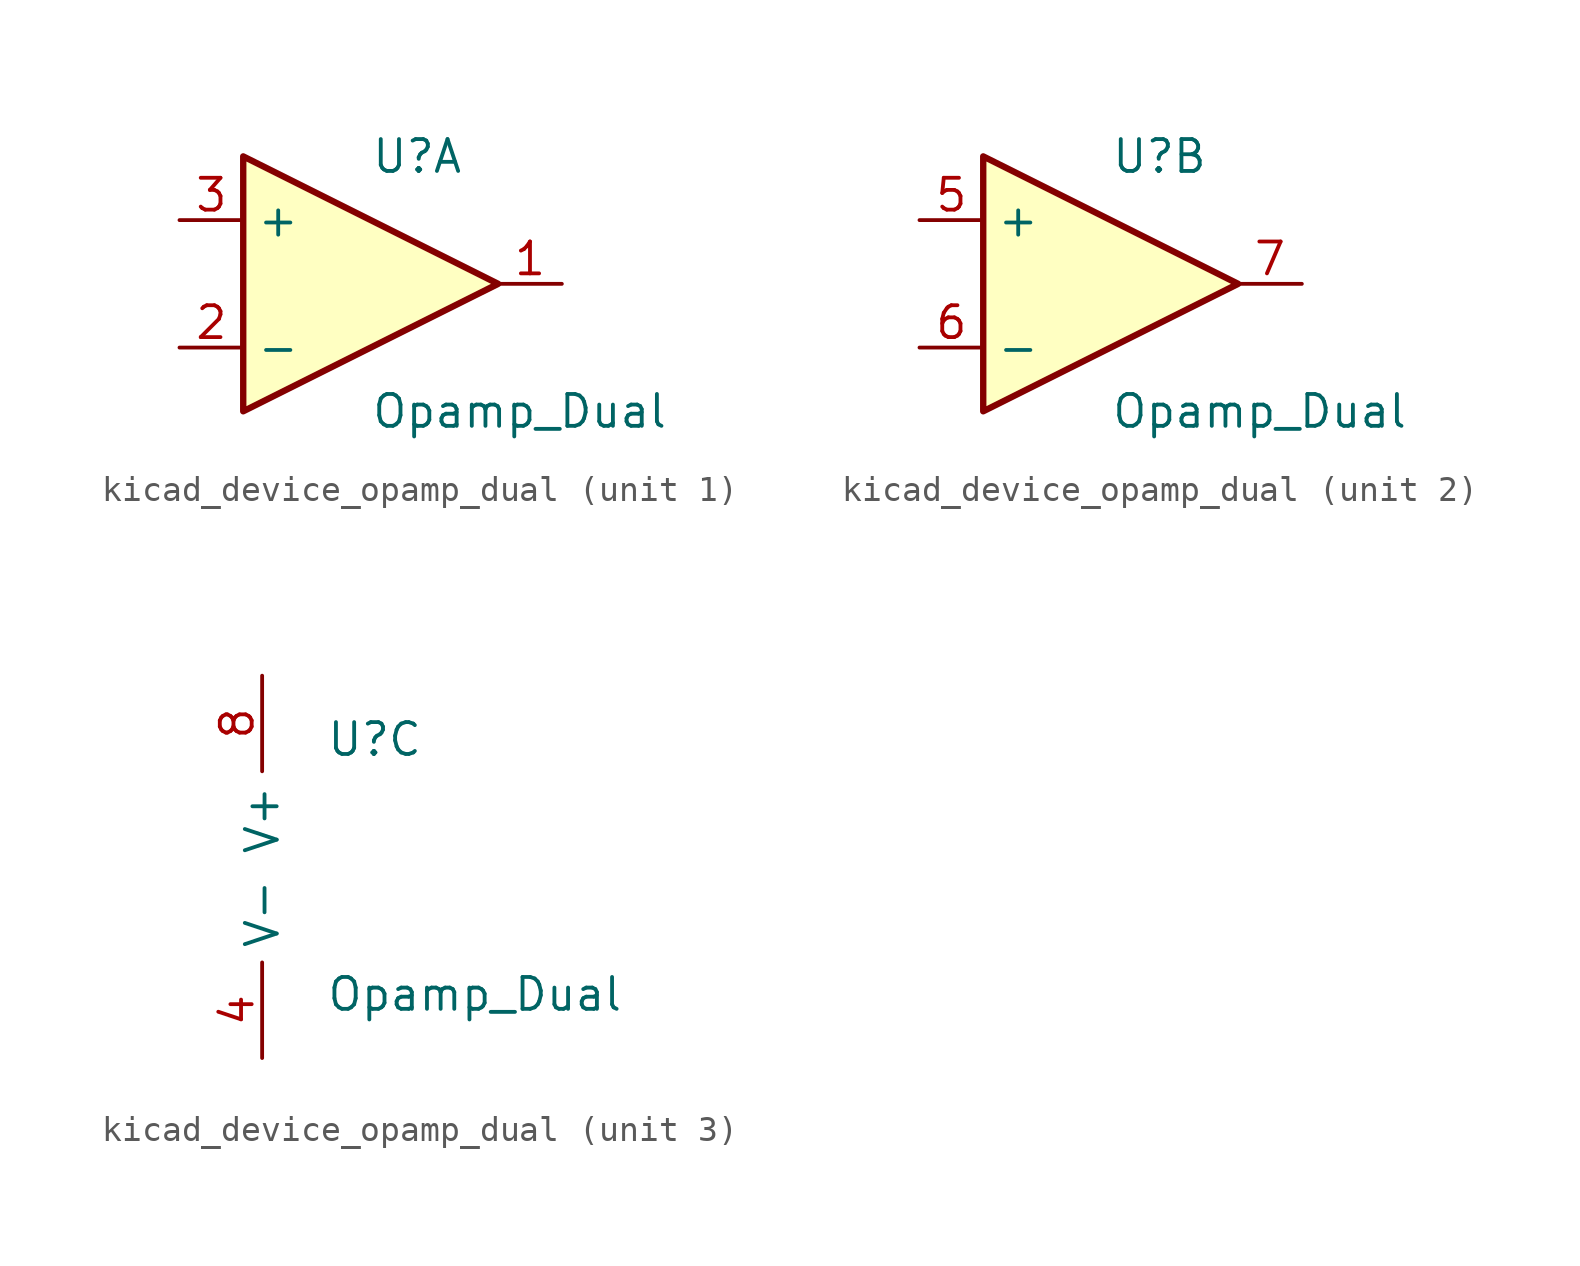
<source format=kicad_sym>
(kicad_symbol_lib
  (version 20220914)
  (generator kicad_symbol_editor)
  (symbol "kicad_device_opamp_dual"
    (property "Reference" "U"
      (at 0 5.08 0)
      (effects (font (size 1.27 1.27)) (justify left)))
    (property "Value" "Opamp_Dual"
      (at 0 -5.08 0)
      (effects (font (size 1.27 1.27)) (justify left)))
    (property "ki_locked" ""
      (at 0 0 0)
      (effects (font (size 1.27 1.27))))
    (symbol "kicad_device_opamp_dual_1_1"
      (polyline (pts (xy -5.08 5.08) (xy 5.08 0) (xy -5.08 -5.08) (xy -5.08 5.08)) (stroke (width 0.254) (type default)) (fill (type background)))
      (pin output line (at 7.62 0 180) (length 2.54) (name "~" (effects (font (size 1.27 1.27)))) (number "1" (effects (font (size 1.27 1.27)))))
      (pin input line (at -7.62 -2.54 0) (length 2.54) (name "-" (effects (font (size 1.27 1.27)))) (number "2" (effects (font (size 1.27 1.27)))))
      (pin input line (at -7.62 2.54 0) (length 2.54) (name "+" (effects (font (size 1.27 1.27)))) (number "3" (effects (font (size 1.27 1.27))))))
    (symbol "kicad_device_opamp_dual_2_1"
      (polyline (pts (xy -5.08 5.08) (xy 5.08 0) (xy -5.08 -5.08) (xy -5.08 5.08)) (stroke (width 0.254) (type default)) (fill (type background)))
      (pin input line (at -7.62 2.54 0) (length 2.54) (name "+" (effects (font (size 1.27 1.27)))) (number "5" (effects (font (size 1.27 1.27)))))
      (pin input line (at -7.62 -2.54 0) (length 2.54) (name "-" (effects (font (size 1.27 1.27)))) (number "6" (effects (font (size 1.27 1.27)))))
      (pin output line (at 7.62 0 180) (length 2.54) (name "~" (effects (font (size 1.27 1.27)))) (number "7" (effects (font (size 1.27 1.27))))))
    (symbol "kicad_device_opamp_dual_3_1"
      (pin power_in line (at -2.54 -7.62 90) (length 3.81) (name "V-" (effects (font (size 1.27 1.27)))) (number "4" (effects (font (size 1.27 1.27)))))
      (pin power_in line (at -2.54 7.62 270) (length 3.81) (name "V+" (effects (font (size 1.27 1.27)))) (number "8" (effects (font (size 1.27 1.27))))))))
</source>
